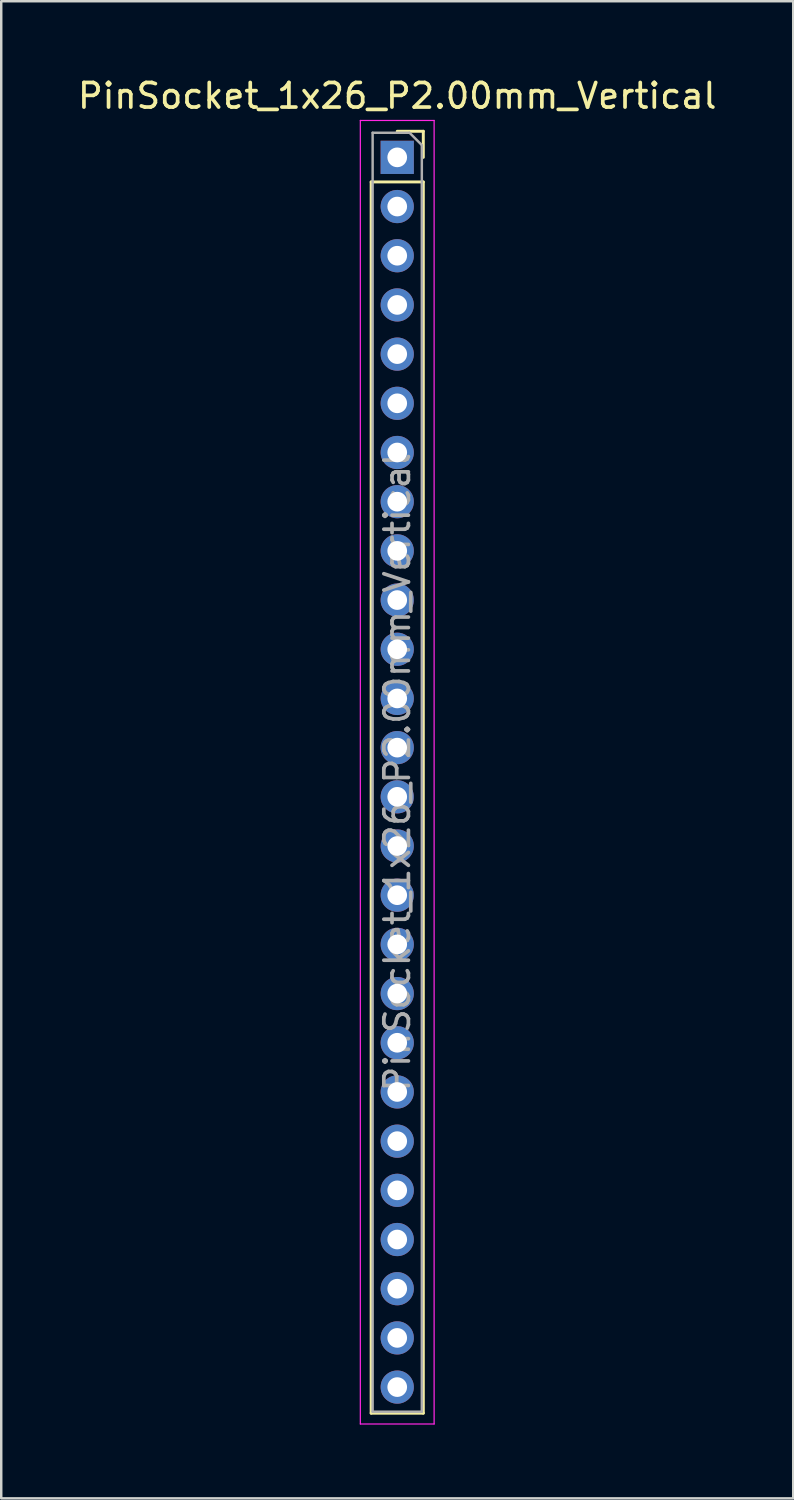
<source format=kicad_pcb>
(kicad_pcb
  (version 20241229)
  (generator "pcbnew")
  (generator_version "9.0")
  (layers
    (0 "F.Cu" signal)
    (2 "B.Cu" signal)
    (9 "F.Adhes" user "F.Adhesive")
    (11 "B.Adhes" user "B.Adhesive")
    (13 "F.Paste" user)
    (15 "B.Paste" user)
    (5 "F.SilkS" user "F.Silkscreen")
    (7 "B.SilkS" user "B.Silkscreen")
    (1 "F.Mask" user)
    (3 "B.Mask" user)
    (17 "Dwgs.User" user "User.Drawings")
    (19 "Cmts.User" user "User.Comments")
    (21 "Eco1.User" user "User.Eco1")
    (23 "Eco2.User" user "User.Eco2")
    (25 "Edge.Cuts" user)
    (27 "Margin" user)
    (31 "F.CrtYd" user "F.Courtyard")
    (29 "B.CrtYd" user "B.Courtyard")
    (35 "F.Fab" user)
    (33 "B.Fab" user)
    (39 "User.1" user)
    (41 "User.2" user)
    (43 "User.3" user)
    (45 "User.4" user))
  (footprint "PinSocket_1x26_P2.00mm_Vertical"
    (layer "F.Cu")
    (at 13.101 3.348)
    (property "Reference" "PinSocket_1x26_P2.00mm_Vertical" (at 0 -2.5 0) (layer "F.SilkS") (effects (font (size 1 1) (thickness 0.15))))
    (attr through_hole)
    (fp_line (start -1.06 1) (end -1.06 51.06) (stroke (width 0.12) (type solid)) (layer "F.SilkS"))
    (fp_line (start -1.06 1) (end 1.06 1) (stroke (width 0.12) (type solid)) (layer "F.SilkS"))
    (fp_line (start -1.06 51.06) (end 1.06 51.06) (stroke (width 0.12) (type solid)) (layer "F.SilkS"))
    (fp_line (start 0 -1.06) (end 1.06 -1.06) (stroke (width 0.12) (type solid)) (layer "F.SilkS"))
    (fp_line (start 1.06 -1.06) (end 1.06 0) (stroke (width 0.12) (type solid)) (layer "F.SilkS"))
    (fp_line (start 1.06 1) (end 1.06 51.06) (stroke (width 0.12) (type solid)) (layer "F.SilkS"))
    (fp_line (start -1.5 -1.5) (end 1.5 -1.5) (stroke (width 0.05) (type solid)) (layer "F.CrtYd"))
    (fp_line (start -1.5 51.5) (end -1.5 -1.5) (stroke (width 0.05) (type solid)) (layer "F.CrtYd"))
    (fp_line (start 1.5 -1.5) (end 1.5 51.5) (stroke (width 0.05) (type solid)) (layer "F.CrtYd"))
    (fp_line (start 1.5 51.5) (end -1.5 51.5) (stroke (width 0.05) (type solid)) (layer "F.CrtYd"))
    (fp_line (start -1 -1) (end 0.5 -1) (stroke (width 0.1) (type solid)) (layer "F.Fab"))
    (fp_line (start -1 51) (end -1 -1) (stroke (width 0.1) (type solid)) (layer "F.Fab"))
    (fp_line (start 0.5 -1) (end 1 -0.5) (stroke (width 0.1) (type solid)) (layer "F.Fab"))
    (fp_line (start 1 -0.5) (end 1 51) (stroke (width 0.1) (type solid)) (layer "F.Fab"))
    (fp_line (start 1 51) (end -1 51) (stroke (width 0.1) (type solid)) (layer "F.Fab"))
    (fp_text user "${REFERENCE}" (at 0 25 90) (layer "F.Fab") (effects (font (size 1 1) (thickness 0.15))))
    (pad "1" thru_hole rect (at 0 0) (size 1.35 1.35) (drill 0.8) (layers "*.Cu" "*.Mask"))
    (pad "2" thru_hole oval (at 0 2) (size 1.35 1.35) (drill 0.8) (layers "*.Cu" "*.Mask"))
    (pad "3" thru_hole oval (at 0 4) (size 1.35 1.35) (drill 0.8) (layers "*.Cu" "*.Mask"))
    (pad "4" thru_hole oval (at 0 6) (size 1.35 1.35) (drill 0.8) (layers "*.Cu" "*.Mask"))
    (pad "5" thru_hole oval (at 0 8) (size 1.35 1.35) (drill 0.8) (layers "*.Cu" "*.Mask"))
    (pad "6" thru_hole oval (at 0 10) (size 1.35 1.35) (drill 0.8) (layers "*.Cu" "*.Mask"))
    (pad "7" thru_hole oval (at 0 12) (size 1.35 1.35) (drill 0.8) (layers "*.Cu" "*.Mask"))
    (pad "8" thru_hole oval (at 0 14) (size 1.35 1.35) (drill 0.8) (layers "*.Cu" "*.Mask"))
    (pad "9" thru_hole oval (at 0 16) (size 1.35 1.35) (drill 0.8) (layers "*.Cu" "*.Mask"))
    (pad "10" thru_hole oval (at 0 18) (size 1.35 1.35) (drill 0.8) (layers "*.Cu" "*.Mask"))
    (pad "11" thru_hole oval (at 0 20) (size 1.35 1.35) (drill 0.8) (layers "*.Cu" "*.Mask"))
    (pad "12" thru_hole oval (at 0 22) (size 1.35 1.35) (drill 0.8) (layers "*.Cu" "*.Mask"))
    (pad "13" thru_hole oval (at 0 24) (size 1.35 1.35) (drill 0.8) (layers "*.Cu" "*.Mask"))
    (pad "14" thru_hole oval (at 0 26) (size 1.35 1.35) (drill 0.8) (layers "*.Cu" "*.Mask"))
    (pad "15" thru_hole oval (at 0 28) (size 1.35 1.35) (drill 0.8) (layers "*.Cu" "*.Mask"))
    (pad "16" thru_hole oval (at 0 30) (size 1.35 1.35) (drill 0.8) (layers "*.Cu" "*.Mask"))
    (pad "17" thru_hole oval (at 0 32) (size 1.35 1.35) (drill 0.8) (layers "*.Cu" "*.Mask"))
    (pad "18" thru_hole oval (at 0 34) (size 1.35 1.35) (drill 0.8) (layers "*.Cu" "*.Mask"))
    (pad "19" thru_hole oval (at 0 36) (size 1.35 1.35) (drill 0.8) (layers "*.Cu" "*.Mask"))
    (pad "20" thru_hole oval (at 0 38) (size 1.35 1.35) (drill 0.8) (layers "*.Cu" "*.Mask"))
    (pad "21" thru_hole oval (at 0 40) (size 1.35 1.35) (drill 0.8) (layers "*.Cu" "*.Mask"))
    (pad "22" thru_hole oval (at 0 42) (size 1.35 1.35) (drill 0.8) (layers "*.Cu" "*.Mask"))
    (pad "23" thru_hole oval (at 0 44) (size 1.35 1.35) (drill 0.8) (layers "*.Cu" "*.Mask"))
    (pad "24" thru_hole oval (at 0 46) (size 1.35 1.35) (drill 0.8) (layers "*.Cu" "*.Mask"))
    (pad "25" thru_hole oval (at 0 48) (size 1.35 1.35) (drill 0.8) (layers "*.Cu" "*.Mask"))
    (pad "26" thru_hole oval (at 0 50) (size 1.35 1.35) (drill 0.8) (layers "*.Cu" "*.Mask")))
  (gr_rect
    (start -3 -3)
    (end 29.202 57.873)
    (stroke (width 0.1) (type default))
    (fill no)
    (layer "Edge.Cuts")))
</source>
